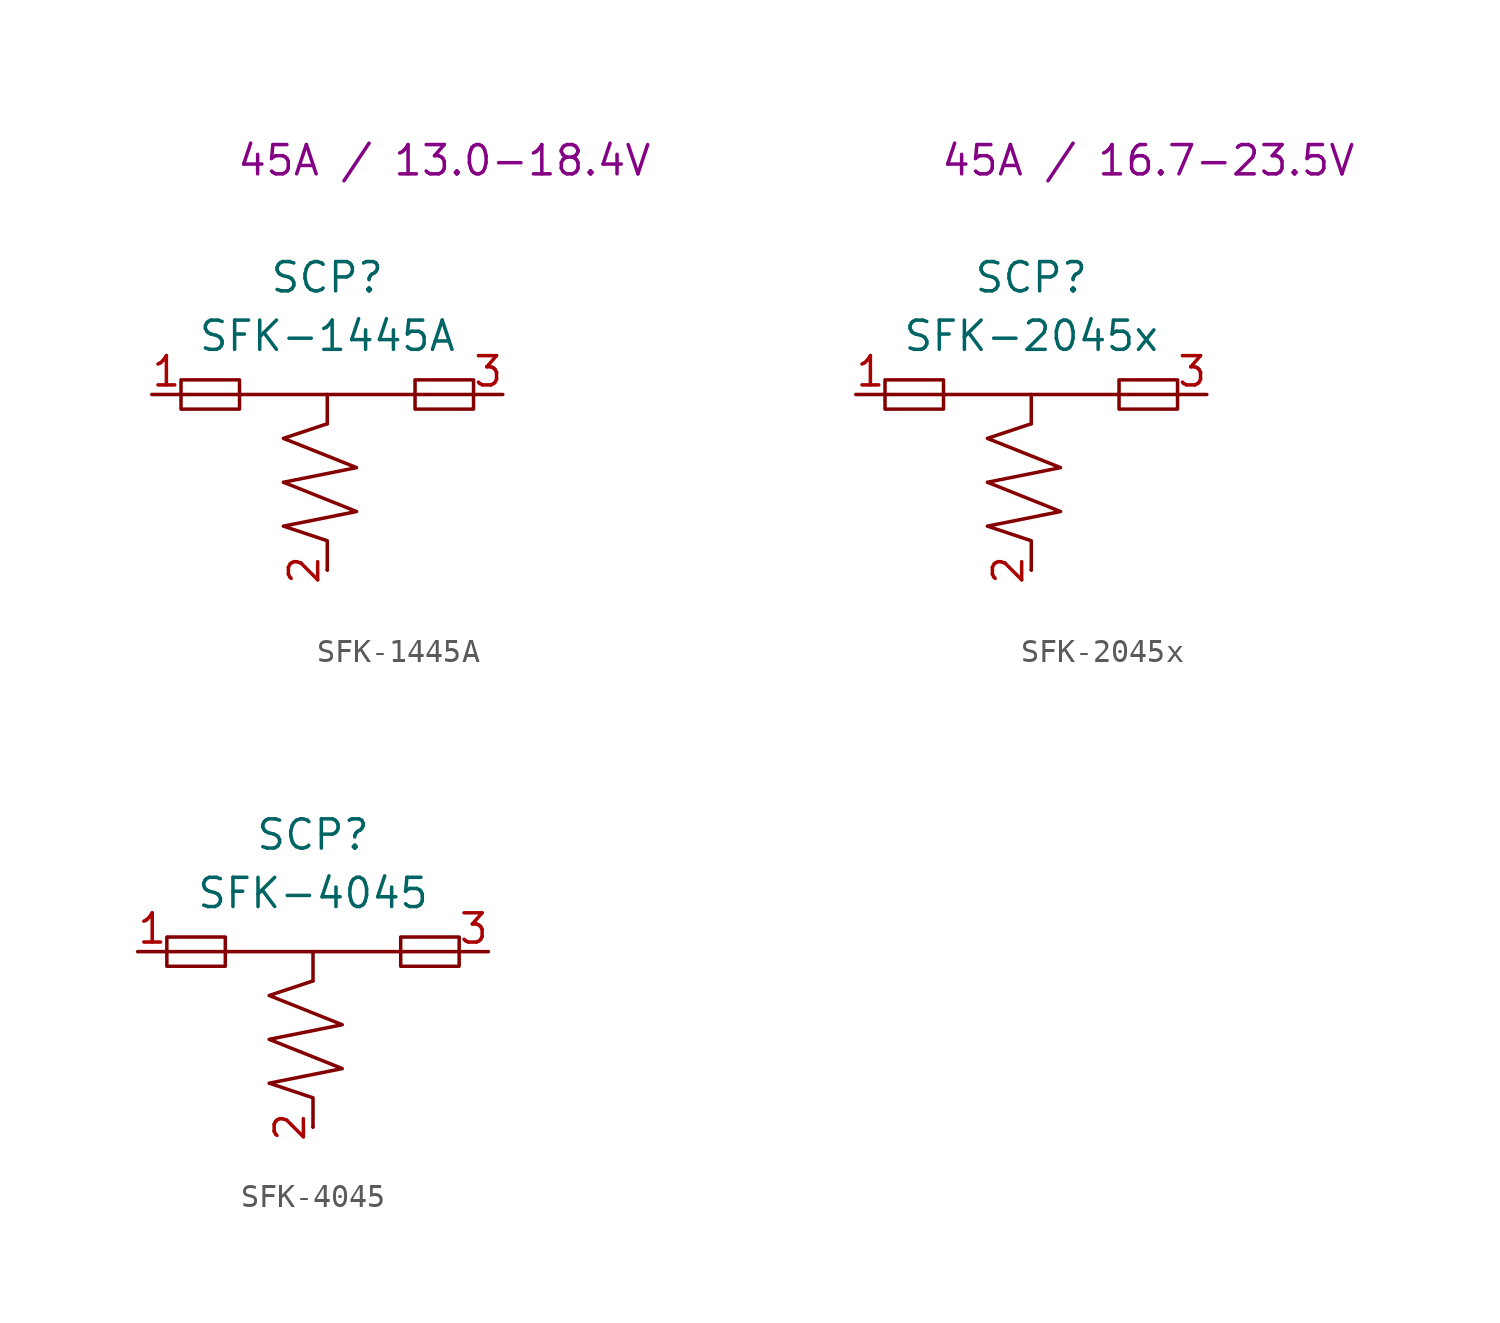
<source format=kicad_sym>
(kicad_symbol_lib
  (version 20220914)
  (generator kicad_symbol_editor)
  (symbol "SFK-1445A"
    (pin_names
      (offset 1.016) hide)
    (property "Reference" "SCP"
      (at 0 12.7 0)
      (effects (font (size 1.27 1.27))))
    (property "Value" "SFK-1445A"
      (at 0 10.16 0)
      (effects (font (size 1.27 1.27))))
    (property "Datasheet" ""
      (at -5.08 7.62 0)
      (effects (font (size 1.524 1.524))))
    (property "Rating" "45A / 13.0-18.4V"
      (at 5.08 17.78 0)
      (effects (font (size 1.27 1.27))))
    (symbol "SFK-1445A_0_1"
      (rectangle (start -6.35 8.255) (end -3.81 6.985) (stroke (width 0) (type solid)) (fill (type none)))
      (polyline (pts (xy -6.35 7.62) (xy -3.81 7.62)) (stroke (width 0) (type solid)) (fill (type none)))
      (polyline (pts (xy -3.81 7.62) (xy 3.81 7.62)) (stroke (width 0) (type solid)) (fill (type none)))
      (polyline (pts (xy 0 6.35) (xy 0 7.62)) (stroke (width 0) (type solid)) (fill (type none)))
      (polyline (pts (xy 3.81 7.62) (xy 6.35 7.62)) (stroke (width 0) (type solid)) (fill (type none)))
      (polyline (pts (xy 0 6.35) (xy -1.905 5.715) (xy 1.27 4.445) (xy -1.905 3.81) (xy 1.27 2.54) (xy -1.905 1.905) (xy 0 1.27) (xy 0 0)) (stroke (width 0) (type solid)) (fill (type none)))
      (rectangle (start 3.81 8.255) (end 6.35 6.985) (stroke (width 0) (type solid)) (fill (type none))))
    (symbol "SFK-1445A_1_1"
      (pin passive line (at -7.62 7.62 0) (length 1.27) (name "1" (effects (font (size 1.27 1.27)))) (number "1" (effects (font (size 1.27 1.27)))))
      (pin input line (at 0 0 90) (length 0) (name "2" (effects (font (size 1.27 1.27)))) (number "2" (effects (font (size 1.27 1.27)))))
      (pin passive line (at 7.62 7.62 180) (length 1.27) (name "3" (effects (font (size 1.27 1.27)))) (number "3" (effects (font (size 1.27 1.27)))))))
  (symbol "SFK-2045x"
    (pin_names
      (offset 1.016) hide)
    (property "Reference" "SCP"
      (at 0 12.7 0)
      (effects (font (size 1.27 1.27))))
    (property "Value" "SFK-2045x"
      (at 0 10.16 0)
      (effects (font (size 1.27 1.27))))
    (property "Datasheet" ""
      (at -5.08 7.62 0)
      (effects (font (size 1.524 1.524))))
    (property "Rating" "45A / 16.7-23.5V"
      (at 5.08 17.78 0)
      (effects (font (size 1.27 1.27))))
    (symbol "SFK-2045x_0_1"
      (rectangle (start -6.35 8.255) (end -3.81 6.985) (stroke (width 0) (type solid)) (fill (type none)))
      (polyline (pts (xy -6.35 7.62) (xy -3.81 7.62)) (stroke (width 0) (type solid)) (fill (type none)))
      (polyline (pts (xy -3.81 7.62) (xy 3.81 7.62)) (stroke (width 0) (type solid)) (fill (type none)))
      (polyline (pts (xy 0 6.35) (xy 0 7.62)) (stroke (width 0) (type solid)) (fill (type none)))
      (polyline (pts (xy 3.81 7.62) (xy 6.35 7.62)) (stroke (width 0) (type solid)) (fill (type none)))
      (polyline (pts (xy 0 6.35) (xy -1.905 5.715) (xy 1.27 4.445) (xy -1.905 3.81) (xy 1.27 2.54) (xy -1.905 1.905) (xy 0 1.27) (xy 0 0)) (stroke (width 0) (type solid)) (fill (type none)))
      (rectangle (start 3.81 8.255) (end 6.35 6.985) (stroke (width 0) (type solid)) (fill (type none))))
    (symbol "SFK-2045x_1_1"
      (pin passive line (at -7.62 7.62 0) (length 1.27) (name "1" (effects (font (size 1.27 1.27)))) (number "1" (effects (font (size 1.27 1.27)))))
      (pin input line (at 0 0 90) (length 0) (name "2" (effects (font (size 1.27 1.27)))) (number "2" (effects (font (size 1.27 1.27)))))
      (pin passive line (at 7.62 7.62 180) (length 1.27) (name "3" (effects (font (size 1.27 1.27)))) (number "3" (effects (font (size 1.27 1.27)))))))
  (symbol "SFK-4045"
    (pin_names
      (offset 1.016) hide)
    (property "Reference" "SCP"
      (at 0 12.7 0)
      (effects (font (size 1.27 1.27))))
    (property "Value" "SFK-4045"
      (at 0 10.16 0)
      (effects (font (size 1.27 1.27))))
    (property "Datasheet" ""
      (at -5.08 7.62 0)
      (effects (font (size 1.524 1.524))))
    (symbol "SFK-4045_0_1"
      (rectangle (start -6.35 8.255) (end -3.81 6.985) (stroke (width 0) (type solid)) (fill (type none)))
      (polyline (pts (xy -6.35 7.62) (xy -3.81 7.62)) (stroke (width 0) (type solid)) (fill (type none)))
      (polyline (pts (xy -3.81 7.62) (xy 3.81 7.62)) (stroke (width 0) (type solid)) (fill (type none)))
      (polyline (pts (xy 0 6.35) (xy 0 7.62)) (stroke (width 0) (type solid)) (fill (type none)))
      (polyline (pts (xy 3.81 7.62) (xy 6.35 7.62)) (stroke (width 0) (type solid)) (fill (type none)))
      (polyline (pts (xy 0 6.35) (xy -1.905 5.715) (xy 1.27 4.445) (xy -1.905 3.81) (xy 1.27 2.54) (xy -1.905 1.905) (xy 0 1.27) (xy 0 0)) (stroke (width 0) (type solid)) (fill (type none)))
      (rectangle (start 3.81 8.255) (end 6.35 6.985) (stroke (width 0) (type solid)) (fill (type none))))
    (symbol "SFK-4045_1_1"
      (pin passive line (at -7.62 7.62 0) (length 1.27) (name "1" (effects (font (size 1.27 1.27)))) (number "1" (effects (font (size 1.27 1.27)))))
      (pin input line (at 0 0 90) (length 0) (name "2" (effects (font (size 1.27 1.27)))) (number "2" (effects (font (size 1.27 1.27)))))
      (pin passive line (at 7.62 7.62 180) (length 1.27) (name "3" (effects (font (size 1.27 1.27)))) (number "3" (effects (font (size 1.27 1.27))))))))
</source>
